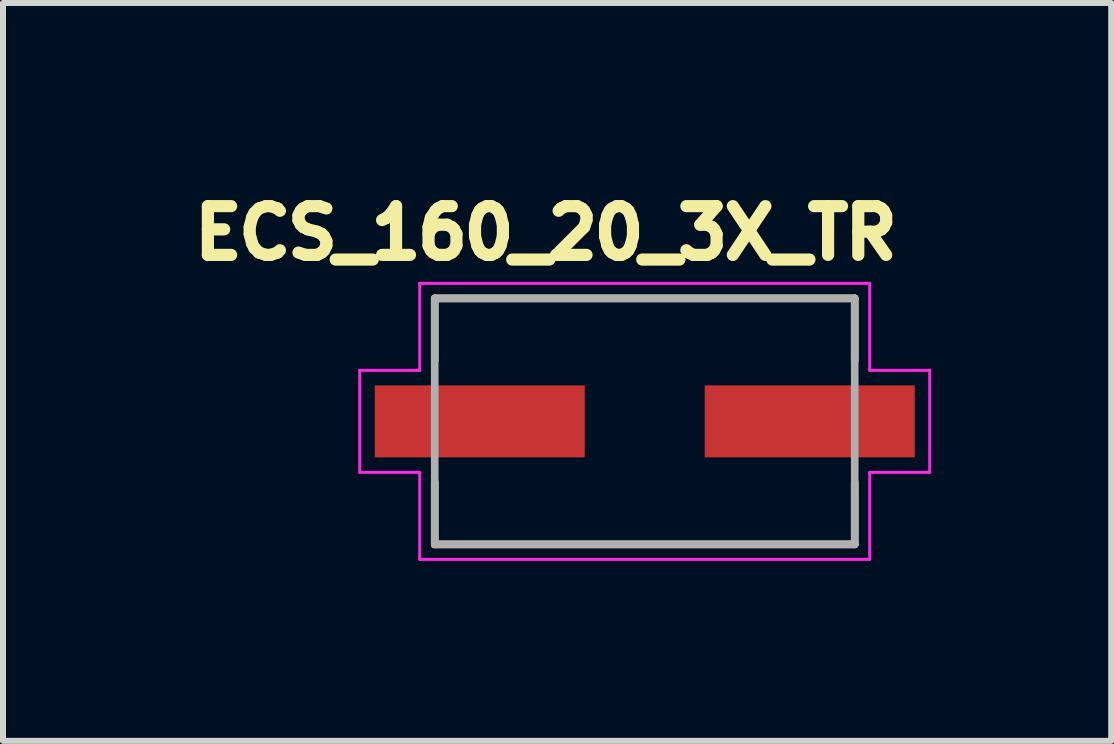
<source format=kicad_pcb>
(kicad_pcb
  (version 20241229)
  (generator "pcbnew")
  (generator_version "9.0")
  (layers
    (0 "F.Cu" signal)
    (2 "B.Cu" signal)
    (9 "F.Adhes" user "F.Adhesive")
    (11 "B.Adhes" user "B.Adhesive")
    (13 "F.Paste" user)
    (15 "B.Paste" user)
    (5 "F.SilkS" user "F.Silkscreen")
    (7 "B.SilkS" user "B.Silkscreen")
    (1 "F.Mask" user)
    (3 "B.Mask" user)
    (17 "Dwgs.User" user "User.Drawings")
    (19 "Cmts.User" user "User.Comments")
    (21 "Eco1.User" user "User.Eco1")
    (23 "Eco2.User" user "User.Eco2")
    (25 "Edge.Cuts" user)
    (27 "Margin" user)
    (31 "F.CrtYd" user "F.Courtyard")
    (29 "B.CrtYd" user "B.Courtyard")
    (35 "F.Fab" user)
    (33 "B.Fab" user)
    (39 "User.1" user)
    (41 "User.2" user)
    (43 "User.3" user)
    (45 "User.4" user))
  (footprint "ECS_160_20_3X_TR"
    (layer "F.Cu")
    (at 7.696 3.973)
    (property "Reference" "ECS_160_20_3X_TR" (at -1.648 -3.14 0) (layer "F.SilkS") (effects (font (size 0.813 0.813) (thickness 0.203))))
    (attr smd)
    (fp_line (start -3.5 -2.05) (end 3.5 -2.05) (stroke (width 0.127) (type solid)) (layer "F.SilkS"))
    (fp_line (start -3.5 -1.01) (end -3.5 -2.05) (stroke (width 0.127) (type solid)) (layer "F.SilkS"))
    (fp_line (start -3.5 2.05) (end -3.5 1.01) (stroke (width 0.127) (type solid)) (layer "F.SilkS"))
    (fp_line (start 3.5 -2.05) (end 3.5 -1.01) (stroke (width 0.127) (type solid)) (layer "F.SilkS"))
    (fp_line (start 3.5 1.01) (end 3.5 2.05) (stroke (width 0.127) (type solid)) (layer "F.SilkS"))
    (fp_line (start 3.5 2.05) (end -3.5 2.05) (stroke (width 0.127) (type solid)) (layer "F.SilkS"))
    (fp_line (start -4.75 -0.85) (end -4.75 0.85) (stroke (width 0.05) (type solid)) (layer "F.CrtYd"))
    (fp_line (start -4.75 0.85) (end -3.75 0.85) (stroke (width 0.05) (type solid)) (layer "F.CrtYd"))
    (fp_line (start -3.75 -2.3) (end -3.75 -0.85) (stroke (width 0.05) (type solid)) (layer "F.CrtYd"))
    (fp_line (start -3.75 -0.85) (end -4.75 -0.85) (stroke (width 0.05) (type solid)) (layer "F.CrtYd"))
    (fp_line (start -3.75 0.85) (end -3.75 2.3) (stroke (width 0.05) (type solid)) (layer "F.CrtYd"))
    (fp_line (start -3.75 2.3) (end 3.75 2.3) (stroke (width 0.05) (type solid)) (layer "F.CrtYd"))
    (fp_line (start 3.75 -2.3) (end -3.75 -2.3) (stroke (width 0.05) (type solid)) (layer "F.CrtYd"))
    (fp_line (start 3.75 -0.85) (end 3.75 -2.3) (stroke (width 0.05) (type solid)) (layer "F.CrtYd"))
    (fp_line (start 3.75 0.85) (end 4.75 0.85) (stroke (width 0.05) (type solid)) (layer "F.CrtYd"))
    (fp_line (start 3.75 2.3) (end 3.75 0.85) (stroke (width 0.05) (type solid)) (layer "F.CrtYd"))
    (fp_line (start 4.75 -0.85) (end 3.75 -0.85) (stroke (width 0.05) (type solid)) (layer "F.CrtYd"))
    (fp_line (start 4.75 0.85) (end 4.75 -0.85) (stroke (width 0.05) (type solid)) (layer "F.CrtYd"))
    (fp_line (start -3.5 -2.05) (end -3.5 2.05) (stroke (width 0.127) (type solid)) (layer "F.Fab"))
    (fp_line (start -3.5 2.05) (end 3.5 2.05) (stroke (width 0.127) (type solid)) (layer "F.Fab"))
    (fp_line (start 3.5 -2.05) (end -3.5 -2.05) (stroke (width 0.127) (type solid)) (layer "F.Fab"))
    (fp_line (start 3.5 2.05) (end 3.5 -2.05) (stroke (width 0.127) (type solid)) (layer "F.Fab"))
    (pad "1" smd rect (at -2.75 0) (size 3.5 1.2) (layers "F.Cu" "F.Mask" "F.Paste"))
    (pad "2" smd rect (at 2.75 0) (size 3.5 1.2) (layers "F.Cu" "F.Mask" "F.Paste")))
  (gr_rect
    (start -3 -3)
    (end 15.471 9.298)
    (stroke (width 0.1) (type default))
    (fill no)
    (layer "Edge.Cuts")))
</source>
